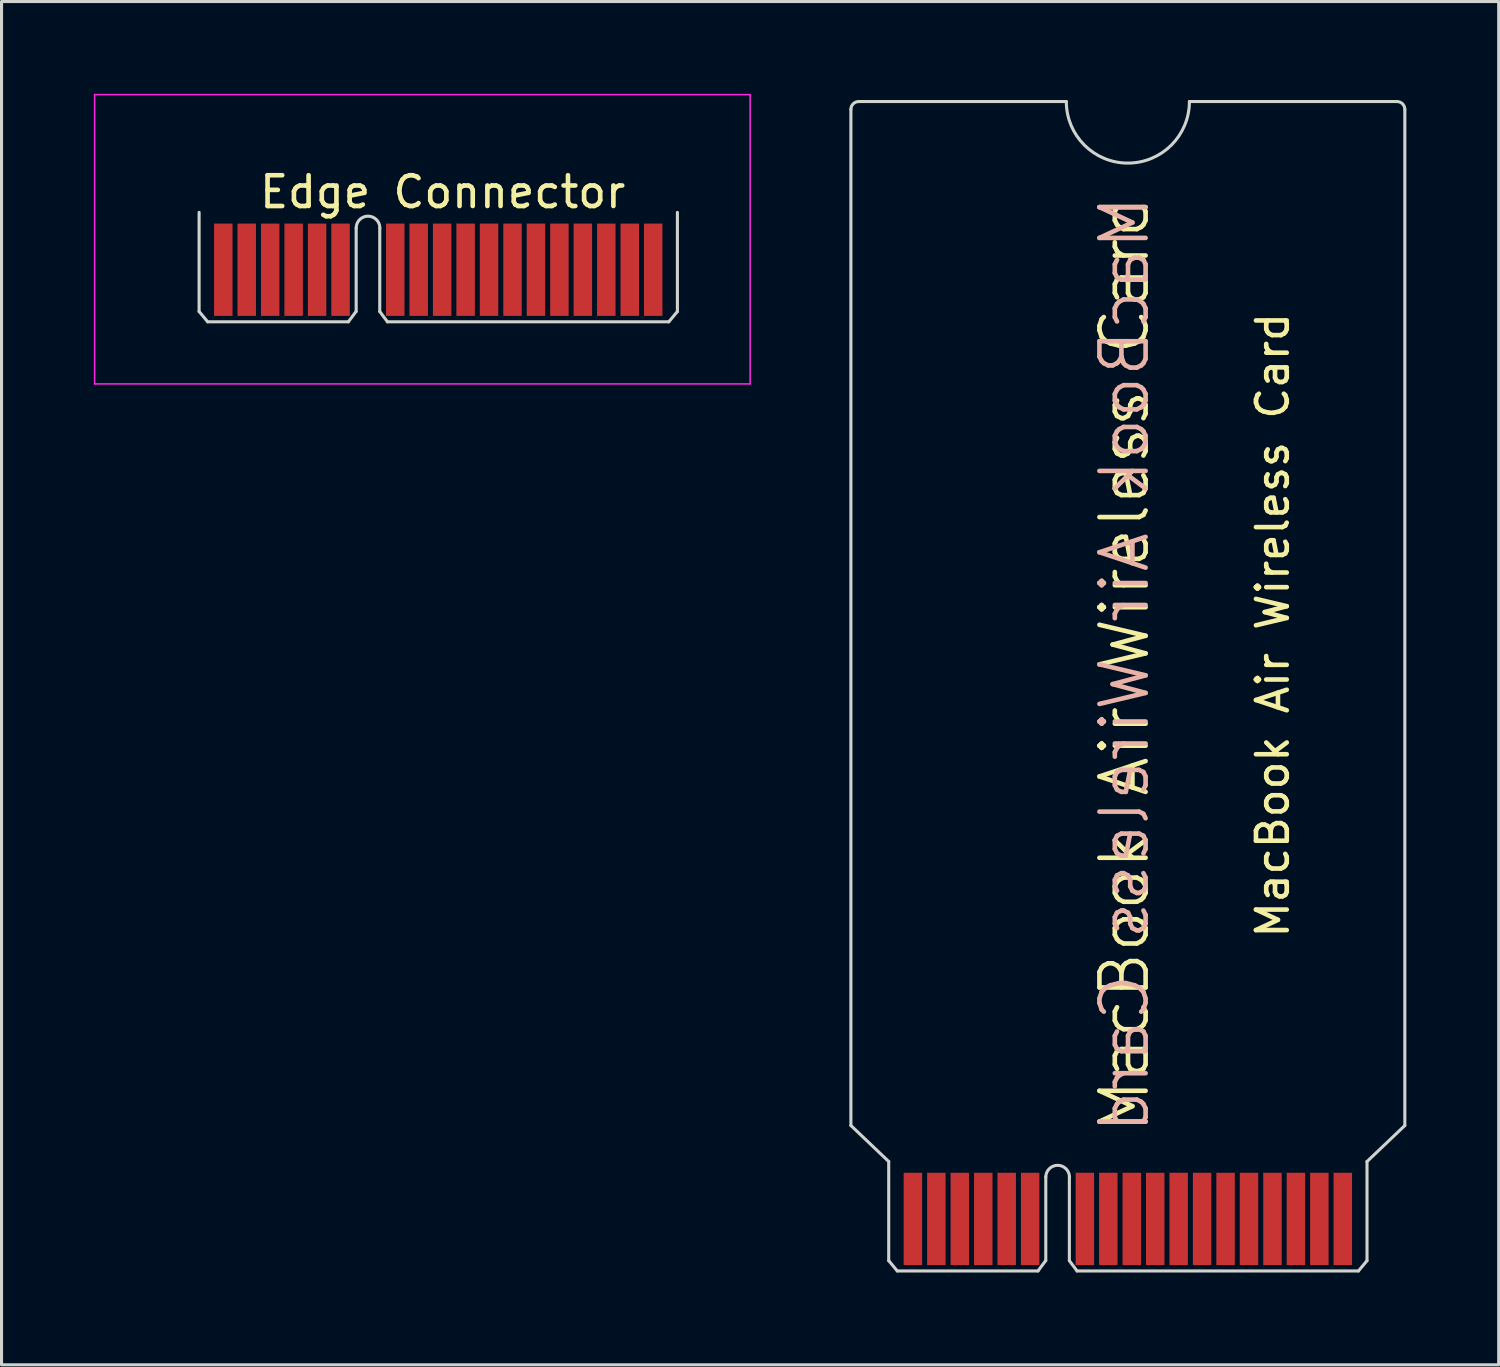
<source format=kicad_pcb>
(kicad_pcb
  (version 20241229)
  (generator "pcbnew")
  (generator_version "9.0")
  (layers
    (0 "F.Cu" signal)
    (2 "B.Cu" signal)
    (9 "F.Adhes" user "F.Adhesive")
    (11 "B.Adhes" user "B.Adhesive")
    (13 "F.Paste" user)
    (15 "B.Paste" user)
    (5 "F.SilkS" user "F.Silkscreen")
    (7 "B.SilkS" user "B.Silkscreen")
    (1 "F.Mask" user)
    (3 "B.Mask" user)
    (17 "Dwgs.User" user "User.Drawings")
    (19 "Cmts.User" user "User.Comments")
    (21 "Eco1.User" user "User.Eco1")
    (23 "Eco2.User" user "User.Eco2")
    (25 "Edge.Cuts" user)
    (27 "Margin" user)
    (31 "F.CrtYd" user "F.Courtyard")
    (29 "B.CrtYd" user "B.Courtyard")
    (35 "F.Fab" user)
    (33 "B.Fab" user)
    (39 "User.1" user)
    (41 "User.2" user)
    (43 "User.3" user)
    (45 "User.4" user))
  (footprint "Edge Connector"
    (layer "F.Cu")
    (at 11.335 2.427)
    (property "Reference" "Edge Connector" (at 0 0.762 0) (layer "F.SilkS") (effects (font (size 1 1) (thickness 0.15))))
    (attr through_hole)
    (fp_line (start -7.915 1.424) (end -7.915 4.645) (stroke (width 0.1) (type solid)) (layer "Edge.Cuts"))
    (fp_line (start -7.915 4.645) (end -7.637 4.98) (stroke (width 0.1) (type solid)) (layer "Edge.Cuts"))
    (fp_line (start -7.637 4.98) (end -3.065 4.98) (stroke (width 0.1) (type solid)) (layer "Edge.Cuts"))
    (fp_line (start -3.065 4.98) (end -2.815 4.645) (stroke (width 0.1) (type solid)) (layer "Edge.Cuts"))
    (fp_line (start -2.811 1.932) (end -2.811 4.645) (stroke (width 0.1) (type solid)) (layer "Edge.Cuts"))
    (fp_line (start -2.045 1.932) (end -2.045 4.645) (stroke (width 0.1) (type solid)) (layer "Edge.Cuts"))
    (fp_line (start -1.795 4.98) (end -2.045 4.645) (stroke (width 0.1) (type solid)) (layer "Edge.Cuts"))
    (fp_line (start -1.795 4.98) (end 7.349 4.98) (stroke (width 0.1) (type solid)) (layer "Edge.Cuts"))
    (fp_line (start 7.627 1.424) (end 7.627 4.645) (stroke (width 0.1) (type solid)) (layer "Edge.Cuts"))
    (fp_line (start 7.627 4.645) (end 7.349 4.98) (stroke (width 0.1) (type solid)) (layer "Edge.Cuts"))
    (fp_arc (start -2.811 1.932) (mid -2.426 1.547) (end -2.041 1.932) (stroke (width 0.1) (type solid)) (layer "Edge.Cuts"))
    (fp_line (start -11.31 -2.402) (end -11.31 6.998) (stroke (width 0.05) (type solid)) (layer "F.CrtYd"))
    (fp_line (start -11.31 -2.402) (end 9.99 -2.402) (stroke (width 0.05) (type solid)) (layer "F.CrtYd"))
    (fp_line (start 9.99 6.998) (end -11.31 6.998) (stroke (width 0.05) (type solid)) (layer "F.CrtYd"))
    (fp_line (start 9.99 6.998) (end 9.99 -2.402) (stroke (width 0.05) (type solid)) (layer "F.CrtYd"))
    (pad "1" connect rect (at 6.841 3.288) (size 0.6 3) (layers "F.Cu" "F.Mask"))
    (pad "2" connect rect (at 6.079 3.288) (size 0.6 3) (layers "F.Cu" "F.Mask"))
    (pad "3" connect rect (at 5.317 3.288) (size 0.6 3) (layers "F.Cu" "F.Mask"))
    (pad "4" connect rect (at 4.555 3.288) (size 0.6 3) (layers "F.Cu" "F.Mask"))
    (pad "5" connect rect (at 3.793 3.288) (size 0.6 3) (layers "F.Cu" "F.Mask"))
    (pad "6" connect rect (at 3.031 3.288) (size 0.6 3) (layers "F.Cu" "F.Mask"))
    (pad "7" connect rect (at 2.269 3.288) (size 0.6 3) (layers "F.Cu" "F.Mask"))
    (pad "8" connect rect (at 1.507 3.288) (size 0.6 3) (layers "F.Cu" "F.Mask"))
    (pad "9" connect rect (at 0.745 3.288) (size 0.6 3) (layers "F.Cu" "F.Mask"))
    (pad "10" connect rect (at -0.017 3.288) (size 0.6 3) (layers "F.Cu" "F.Mask"))
    (pad "11" connect rect (at -0.779 3.288) (size 0.6 3) (layers "F.Cu" "F.Mask"))
    (pad "12" connect rect (at -1.541 3.288) (size 0.6 3) (layers "F.Cu" "F.Mask"))
    (pad "13" connect rect (at -3.319 3.288) (size 0.6 3) (layers "F.Cu" "F.Mask"))
    (pad "14" connect rect (at -4.081 3.288) (size 0.6 3) (layers "F.Cu" "F.Mask"))
    (pad "15" connect rect (at -4.843 3.288) (size 0.6 3) (layers "F.Cu" "F.Mask"))
    (pad "16" connect rect (at -5.605 3.288) (size 0.6 3) (layers "F.Cu" "F.Mask"))
    (pad "17" connect rect (at -6.367 3.288) (size 0.6 3) (layers "F.Cu" "F.Mask"))
    (pad "18" connect rect (at -7.129 3.288) (size 0.6 3) (layers "F.Cu" "F.Mask")))
  (footprint "MacBook Air Wireless Card"
    (layer "F.Cu")
    (at 24.6 0.25)
    (property "Reference" "MacBook Air Wireless Card" (at 13.708 17.018 90) (layer "F.SilkS") (effects (font (size 1 1) (thickness 0.15))))
    (attr through_hole)
    (fp_line (start 0 0.254) (end 0 33.274) (stroke (width 0.1) (type solid)) (layer "Edge.Cuts"))
    (fp_line (start 0 33.274) (end 1.229 34.444) (stroke (width 0.1) (type solid)) (layer "Edge.Cuts"))
    (fp_line (start 0.254 0) (end 7 0) (stroke (width 0.1) (type solid)) (layer "Edge.Cuts"))
    (fp_line (start 1.229 34.444) (end 1.229 37.665) (stroke (width 0.1) (type solid)) (layer "Edge.Cuts"))
    (fp_line (start 1.229 37.665) (end 1.507 38) (stroke (width 0.1) (type solid)) (layer "Edge.Cuts"))
    (fp_line (start 1.507 38) (end 6.079 38) (stroke (width 0.1) (type solid)) (layer "Edge.Cuts"))
    (fp_line (start 6.079 38) (end 6.329 37.665) (stroke (width 0.1) (type solid)) (layer "Edge.Cuts"))
    (fp_line (start 6.333 34.952) (end 6.333 37.665) (stroke (width 0.1) (type solid)) (layer "Edge.Cuts"))
    (fp_line (start 7.099 34.952) (end 7.099 37.665) (stroke (width 0.1) (type solid)) (layer "Edge.Cuts"))
    (fp_line (start 7.349 38) (end 7.099 37.665) (stroke (width 0.1) (type solid)) (layer "Edge.Cuts"))
    (fp_line (start 7.349 38) (end 16.493 38) (stroke (width 0.1) (type solid)) (layer "Edge.Cuts"))
    (fp_line (start 11 0) (end 17.746 0) (stroke (width 0.1) (type solid)) (layer "Edge.Cuts"))
    (fp_line (start 16.771 34.444) (end 16.771 37.665) (stroke (width 0.1) (type solid)) (layer "Edge.Cuts"))
    (fp_line (start 16.771 34.444) (end 18 33.274) (stroke (width 0.1) (type solid)) (layer "Edge.Cuts"))
    (fp_line (start 16.771 37.665) (end 16.493 38) (stroke (width 0.1) (type solid)) (layer "Edge.Cuts"))
    (fp_line (start 18 0.254) (end 18 33.274) (stroke (width 0.1) (type solid)) (layer "Edge.Cuts"))
    (fp_arc (start 0 0.254) (mid 0.074395 0.074395) (end 0.254 0) (stroke (width 0.1) (type solid)) (layer "Edge.Cuts"))
    (fp_arc (start 6.333 34.952) (mid 6.718 34.567) (end 7.103 34.952) (stroke (width 0.1) (type solid)) (layer "Edge.Cuts"))
    (fp_arc (start 11 0) (mid 9 2) (end 7 0) (stroke (width 0.1) (type solid)) (layer "Edge.Cuts"))
    (fp_arc (start 17.746 0) (mid 17.925605 0.074395) (end 18 0.254) (stroke (width 0.1) (type solid)) (layer "Edge.Cuts"))
    (fp_text user "MacBook Air Wireless Card" (at 8.89 18.288 90) (layer "F.SilkS") (effects (font (size 1.5 1.5) (thickness 0.15))))
    (fp_text user "MacBook Air Wireless Card" (at 8.89 18.288 90) (layer "B.SilkS") (effects (font (size 1.5 1.5) (thickness 0.15)) (justify mirror)))
    (pad "1" connect rect (at 15.985 36.309) (size 0.6 3) (layers "F.Cu" "F.Mask"))
    (pad "2" connect rect (at 15.223 36.309) (size 0.6 3) (layers "F.Cu" "F.Mask"))
    (pad "3" connect rect (at 14.461 36.309) (size 0.6 3) (layers "F.Cu" "F.Mask"))
    (pad "4" connect rect (at 13.699 36.309) (size 0.6 3) (layers "F.Cu" "F.Mask"))
    (pad "5" connect rect (at 12.937 36.309) (size 0.6 3) (layers "F.Cu" "F.Mask"))
    (pad "6" connect rect (at 12.175 36.309) (size 0.6 3) (layers "F.Cu" "F.Mask"))
    (pad "7" connect rect (at 11.413 36.309) (size 0.6 3) (layers "F.Cu" "F.Mask"))
    (pad "8" connect rect (at 10.651 36.309) (size 0.6 3) (layers "F.Cu" "F.Mask"))
    (pad "9" connect rect (at 9.889 36.309) (size 0.6 3) (layers "F.Cu" "F.Mask"))
    (pad "10" connect rect (at 9.127 36.309) (size 0.6 3) (layers "F.Cu" "F.Mask"))
    (pad "11" connect rect (at 8.365 36.309) (size 0.6 3) (layers "F.Cu" "F.Mask"))
    (pad "12" connect rect (at 7.603 36.309) (size 0.6 3) (layers "F.Cu" "F.Mask"))
    (pad "13" connect rect (at 5.825 36.309) (size 0.6 3) (layers "F.Cu" "F.Mask"))
    (pad "14" connect rect (at 5.063 36.309) (size 0.6 3) (layers "F.Cu" "F.Mask"))
    (pad "15" connect rect (at 4.301 36.309) (size 0.6 3) (layers "F.Cu" "F.Mask"))
    (pad "16" connect rect (at 3.539 36.309) (size 0.6 3) (layers "F.Cu" "F.Mask"))
    (pad "17" connect rect (at 2.777 36.309) (size 0.6 3) (layers "F.Cu" "F.Mask"))
    (pad "18" connect rect (at 2.015 36.309) (size 0.6 3) (layers "F.Cu" "F.Mask")))
  (gr_rect
    (start -3 -3)
    (end 45.65 41.3)
    (stroke (width 0.1) (type default))
    (fill no)
    (layer "Edge.Cuts")))
</source>
